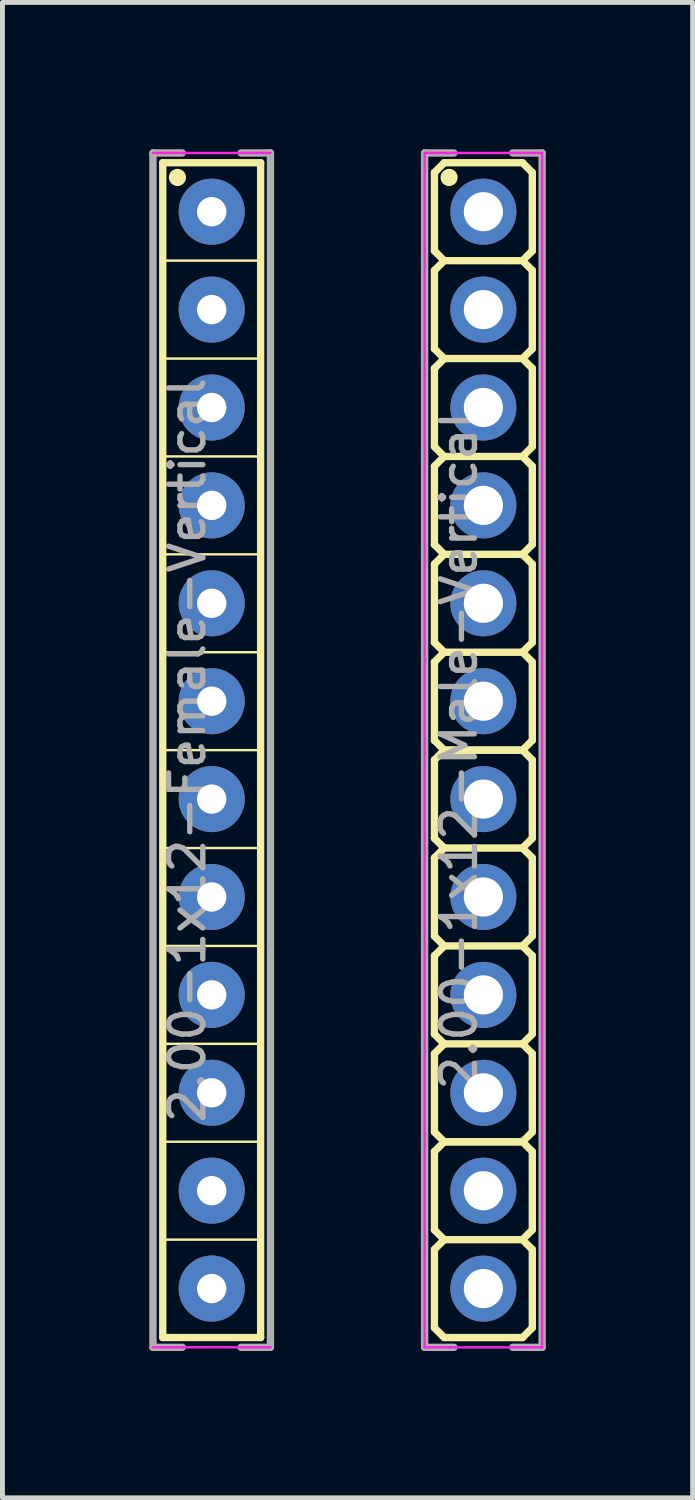
<source format=kicad_pcb>
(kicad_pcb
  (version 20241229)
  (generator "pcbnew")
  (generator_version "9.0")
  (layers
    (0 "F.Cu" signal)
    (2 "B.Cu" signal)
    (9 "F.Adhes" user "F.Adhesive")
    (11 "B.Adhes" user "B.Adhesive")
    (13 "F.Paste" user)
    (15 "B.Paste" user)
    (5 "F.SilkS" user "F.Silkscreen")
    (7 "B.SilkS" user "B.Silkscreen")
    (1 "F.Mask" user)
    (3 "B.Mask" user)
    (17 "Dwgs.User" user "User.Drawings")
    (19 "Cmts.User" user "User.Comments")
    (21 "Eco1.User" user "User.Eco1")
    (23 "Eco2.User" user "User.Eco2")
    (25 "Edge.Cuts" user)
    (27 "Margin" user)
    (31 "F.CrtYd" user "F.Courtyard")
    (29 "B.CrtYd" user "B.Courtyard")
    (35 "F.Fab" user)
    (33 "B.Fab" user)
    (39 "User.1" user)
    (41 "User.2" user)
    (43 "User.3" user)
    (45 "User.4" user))
  (footprint "2.00-1x12-Male-Vertical"
    (layer "F.Cu")
    (at 6.825 12.275)
    (property "Reference" "2.00-1x12-Male-Vertical" (at -0.5 0 90) (layer "F.Fab") (effects (font (size 0.7 0.7) (thickness 0.11))))
    (attr through_hole)
    (fp_line (start -1 -11.8) (end -0.8 -12) (stroke (width 0.15) (type solid)) (layer "F.SilkS"))
    (fp_line (start -1 -10.2) (end -1 -11.8) (stroke (width 0.15) (type solid)) (layer "F.SilkS"))
    (fp_line (start -1 -9.8) (end -0.8 -10) (stroke (width 0.15) (type solid)) (layer "F.SilkS"))
    (fp_line (start -1 -8.2) (end -1 -9.8) (stroke (width 0.15) (type solid)) (layer "F.SilkS"))
    (fp_line (start -1 -7.8) (end -0.8 -8) (stroke (width 0.15) (type solid)) (layer "F.SilkS"))
    (fp_line (start -1 -6.2) (end -1 -7.8) (stroke (width 0.15) (type solid)) (layer "F.SilkS"))
    (fp_line (start -1 -5.8) (end -0.8 -6) (stroke (width 0.15) (type solid)) (layer "F.SilkS"))
    (fp_line (start -1 -4.2) (end -1 -5.8) (stroke (width 0.15) (type solid)) (layer "F.SilkS"))
    (fp_line (start -1 -3.8) (end -0.8 -4) (stroke (width 0.15) (type solid)) (layer "F.SilkS"))
    (fp_line (start -1 -2.2) (end -1 -3.8) (stroke (width 0.15) (type solid)) (layer "F.SilkS"))
    (fp_line (start -1 -1.8) (end -0.8 -2) (stroke (width 0.15) (type solid)) (layer "F.SilkS"))
    (fp_line (start -1 -0.2) (end -1 -1.8) (stroke (width 0.15) (type solid)) (layer "F.SilkS"))
    (fp_line (start -1 0.2) (end -0.8 0) (stroke (width 0.15) (type solid)) (layer "F.SilkS"))
    (fp_line (start -1 1.8) (end -1 0.2) (stroke (width 0.15) (type solid)) (layer "F.SilkS"))
    (fp_line (start -1 2.2) (end -0.8 2) (stroke (width 0.15) (type solid)) (layer "F.SilkS"))
    (fp_line (start -1 3.8) (end -1 2.2) (stroke (width 0.15) (type solid)) (layer "F.SilkS"))
    (fp_line (start -1 4.201) (end -0.8 4.001) (stroke (width 0.15) (type solid)) (layer "F.SilkS"))
    (fp_line (start -1 5.801) (end -1 4.201) (stroke (width 0.15) (type solid)) (layer "F.SilkS"))
    (fp_line (start -1 6.201) (end -0.8 6.001) (stroke (width 0.15) (type solid)) (layer "F.SilkS"))
    (fp_line (start -1 7.801) (end -1 6.201) (stroke (width 0.15) (type solid)) (layer "F.SilkS"))
    (fp_line (start -1 8.201) (end -0.8 8.001) (stroke (width 0.15) (type solid)) (layer "F.SilkS"))
    (fp_line (start -1 9.801) (end -1 8.201) (stroke (width 0.15) (type solid)) (layer "F.SilkS"))
    (fp_line (start -1 10.201) (end -0.8 10.001) (stroke (width 0.15) (type solid)) (layer "F.SilkS"))
    (fp_line (start -1 11.801) (end -1 10.201) (stroke (width 0.15) (type solid)) (layer "F.SilkS"))
    (fp_line (start -0.8 -10) (end -1 -10.2) (stroke (width 0.15) (type solid)) (layer "F.SilkS"))
    (fp_line (start -0.8 -10) (end 0.8 -10) (stroke (width 0.15) (type solid)) (layer "F.SilkS"))
    (fp_line (start -0.8 -8) (end -1 -8.2) (stroke (width 0.15) (type solid)) (layer "F.SilkS"))
    (fp_line (start -0.8 -6) (end -1 -6.2) (stroke (width 0.15) (type solid)) (layer "F.SilkS"))
    (fp_line (start -0.8 -6) (end 0.8 -6) (stroke (width 0.15) (type solid)) (layer "F.SilkS"))
    (fp_line (start -0.8 -4) (end -1 -4.2) (stroke (width 0.15) (type solid)) (layer "F.SilkS"))
    (fp_line (start -0.8 -2) (end -1 -2.2) (stroke (width 0.15) (type solid)) (layer "F.SilkS"))
    (fp_line (start -0.8 -2) (end 0.8 -2) (stroke (width 0.15) (type solid)) (layer "F.SilkS"))
    (fp_line (start -0.8 0) (end -1 -0.2) (stroke (width 0.15) (type solid)) (layer "F.SilkS"))
    (fp_line (start -0.8 2) (end -1 1.8) (stroke (width 0.15) (type solid)) (layer "F.SilkS"))
    (fp_line (start -0.8 2) (end 0.8 2) (stroke (width 0.15) (type solid)) (layer "F.SilkS"))
    (fp_line (start -0.8 4) (end -1 3.8) (stroke (width 0.15) (type solid)) (layer "F.SilkS"))
    (fp_line (start -0.8 6.001) (end -1 5.801) (stroke (width 0.15) (type solid)) (layer "F.SilkS"))
    (fp_line (start -0.8 6.001) (end 0.8 6.001) (stroke (width 0.15) (type solid)) (layer "F.SilkS"))
    (fp_line (start -0.8 8.001) (end -1 7.801) (stroke (width 0.15) (type solid)) (layer "F.SilkS"))
    (fp_line (start -0.8 10.001) (end -1 9.801) (stroke (width 0.15) (type solid)) (layer "F.SilkS"))
    (fp_line (start -0.8 10.001) (end 0.8 10.001) (stroke (width 0.15) (type solid)) (layer "F.SilkS"))
    (fp_line (start -0.8 12.001) (end -1 11.801) (stroke (width 0.15) (type solid)) (layer "F.SilkS"))
    (fp_line (start -0.7 -11.8) (end -0.7 -11.6) (stroke (width 0.15) (type solid)) (layer "F.SilkS"))
    (fp_line (start 0.8 -12) (end -0.8 -12) (stroke (width 0.15) (type solid)) (layer "F.SilkS"))
    (fp_line (start 0.8 -10) (end 1 -10.2) (stroke (width 0.15) (type solid)) (layer "F.SilkS"))
    (fp_line (start 0.8 -10) (end 1 -9.8) (stroke (width 0.15) (type solid)) (layer "F.SilkS"))
    (fp_line (start 0.8 -8) (end -0.8 -8) (stroke (width 0.15) (type solid)) (layer "F.SilkS"))
    (fp_line (start 0.8 -6) (end 1 -6.2) (stroke (width 0.15) (type solid)) (layer "F.SilkS"))
    (fp_line (start 0.8 -6) (end 1 -5.8) (stroke (width 0.15) (type solid)) (layer "F.SilkS"))
    (fp_line (start 0.8 -4) (end -0.8 -4) (stroke (width 0.15) (type solid)) (layer "F.SilkS"))
    (fp_line (start 0.8 -2) (end 1 -2.2) (stroke (width 0.15) (type solid)) (layer "F.SilkS"))
    (fp_line (start 0.8 -2) (end 1 -1.8) (stroke (width 0.15) (type solid)) (layer "F.SilkS"))
    (fp_line (start 0.8 0) (end -0.8 0) (stroke (width 0.15) (type solid)) (layer "F.SilkS"))
    (fp_line (start 0.8 0) (end -0.8 0) (stroke (width 0.15) (type solid)) (layer "F.SilkS"))
    (fp_line (start 0.8 2) (end 1 1.8) (stroke (width 0.15) (type solid)) (layer "F.SilkS"))
    (fp_line (start 0.8 2) (end 1 2.2) (stroke (width 0.15) (type solid)) (layer "F.SilkS"))
    (fp_line (start 0.8 4) (end -0.8 4) (stroke (width 0.15) (type solid)) (layer "F.SilkS"))
    (fp_line (start 0.8 6.001) (end 1 5.801) (stroke (width 0.15) (type solid)) (layer "F.SilkS"))
    (fp_line (start 0.8 6.001) (end 1 6.201) (stroke (width 0.15) (type solid)) (layer "F.SilkS"))
    (fp_line (start 0.8 8.001) (end -0.8 8.001) (stroke (width 0.15) (type solid)) (layer "F.SilkS"))
    (fp_line (start 0.8 8.001) (end -0.8 8.001) (stroke (width 0.15) (type solid)) (layer "F.SilkS"))
    (fp_line (start 0.8 10.001) (end 1 9.801) (stroke (width 0.15) (type solid)) (layer "F.SilkS"))
    (fp_line (start 0.8 10.001) (end 1 10.201) (stroke (width 0.15) (type solid)) (layer "F.SilkS"))
    (fp_line (start 0.8 12.001) (end -0.8 12.001) (stroke (width 0.15) (type solid)) (layer "F.SilkS"))
    (fp_line (start 1 -11.8) (end 0.8 -12) (stroke (width 0.15) (type solid)) (layer "F.SilkS"))
    (fp_line (start 1 -10.2) (end 1 -11.8) (stroke (width 0.15) (type solid)) (layer "F.SilkS"))
    (fp_line (start 1 -9.8) (end 1 -8.2) (stroke (width 0.15) (type solid)) (layer "F.SilkS"))
    (fp_line (start 1 -8.2) (end 0.8 -8) (stroke (width 0.15) (type solid)) (layer "F.SilkS"))
    (fp_line (start 1 -7.8) (end 0.8 -8) (stroke (width 0.15) (type solid)) (layer "F.SilkS"))
    (fp_line (start 1 -6.2) (end 1 -7.8) (stroke (width 0.15) (type solid)) (layer "F.SilkS"))
    (fp_line (start 1 -5.8) (end 1 -4.2) (stroke (width 0.15) (type solid)) (layer "F.SilkS"))
    (fp_line (start 1 -4.2) (end 0.8 -4) (stroke (width 0.15) (type solid)) (layer "F.SilkS"))
    (fp_line (start 1 -3.8) (end 0.8 -4) (stroke (width 0.15) (type solid)) (layer "F.SilkS"))
    (fp_line (start 1 -2.2) (end 1 -3.8) (stroke (width 0.15) (type solid)) (layer "F.SilkS"))
    (fp_line (start 1 -1.8) (end 1 -0.2) (stroke (width 0.15) (type solid)) (layer "F.SilkS"))
    (fp_line (start 1 -0.2) (end 0.8 0) (stroke (width 0.15) (type solid)) (layer "F.SilkS"))
    (fp_line (start 1 0.2) (end 0.8 0) (stroke (width 0.15) (type solid)) (layer "F.SilkS"))
    (fp_line (start 1 1.8) (end 1 0.2) (stroke (width 0.15) (type solid)) (layer "F.SilkS"))
    (fp_line (start 1 2.2) (end 1 3.8) (stroke (width 0.15) (type solid)) (layer "F.SilkS"))
    (fp_line (start 1 3.8) (end 0.8 4) (stroke (width 0.15) (type solid)) (layer "F.SilkS"))
    (fp_line (start 1 4.201) (end 0.8 4.001) (stroke (width 0.15) (type solid)) (layer "F.SilkS"))
    (fp_line (start 1 5.801) (end 1 4.201) (stroke (width 0.15) (type solid)) (layer "F.SilkS"))
    (fp_line (start 1 6.201) (end 1 7.801) (stroke (width 0.15) (type solid)) (layer "F.SilkS"))
    (fp_line (start 1 7.801) (end 0.8 8.001) (stroke (width 0.15) (type solid)) (layer "F.SilkS"))
    (fp_line (start 1 8.201) (end 0.8 8.001) (stroke (width 0.15) (type solid)) (layer "F.SilkS"))
    (fp_line (start 1 9.801) (end 1 8.201) (stroke (width 0.15) (type solid)) (layer "F.SilkS"))
    (fp_line (start 1 10.201) (end 1 11.801) (stroke (width 0.15) (type solid)) (layer "F.SilkS"))
    (fp_line (start 1 11.801) (end 0.8 12.001) (stroke (width 0.15) (type solid)) (layer "F.SilkS"))
    (fp_circle (center -0.7 -11.7) (end -0.6 -11.7) (stroke (width 0.15) (type solid)) (fill no) (layer "F.SilkS"))
    (fp_line (start -1.2 -12.2) (end -1.2 12.2) (stroke (width 0.05) (type solid)) (layer "F.CrtYd"))
    (fp_line (start -1.2 -12.2) (end 1.2 -12.2) (stroke (width 0.05) (type solid)) (layer "F.CrtYd"))
    (fp_line (start 1.2 12.2) (end 1.2 -12.2) (stroke (width 0.05) (type solid)) (layer "F.CrtYd"))
    (fp_line (start 1.2 12.201) (end -1.2 12.201) (stroke (width 0.05) (type solid)) (layer "F.CrtYd"))
    (fp_line (start -1.2 -12.2) (end -1.2 12.2) (stroke (width 0.15) (type solid)) (layer "F.Fab"))
    (fp_line (start -1.2 12.2) (end -0.6 12.2) (stroke (width 0.15) (type solid)) (layer "F.Fab"))
    (fp_line (start -0.6 -12.2) (end -1.2 -12.2) (stroke (width 0.15) (type solid)) (layer "F.Fab"))
    (fp_line (start 0.6 12.2) (end 1.2 12.2) (stroke (width 0.15) (type solid)) (layer "F.Fab"))
    (fp_line (start 1.2 -12.2) (end 0.6 -12.2) (stroke (width 0.15) (type solid)) (layer "F.Fab"))
    (fp_line (start 1.2 12.2) (end 1.2 -12.2) (stroke (width 0.15) (type solid)) (layer "F.Fab"))
    (pad "1" thru_hole circle (at 0 -11) (size 1.35 1.35) (drill 0.8) (layers "*.Cu" "*.Mask"))
    (pad "2" thru_hole oval (at 0 -9) (size 1.35 1.35) (drill 0.8) (layers "*.Cu" "*.Mask"))
    (pad "3" thru_hole circle (at 0 -7) (size 1.35 1.35) (drill 0.8) (layers "*.Cu" "*.Mask"))
    (pad "4" thru_hole oval (at 0 -5) (size 1.35 1.35) (drill 0.8) (layers "*.Cu" "*.Mask"))
    (pad "5" thru_hole circle (at 0 -3) (size 1.35 1.35) (drill 0.8) (layers "*.Cu" "*.Mask"))
    (pad "6" thru_hole oval (at 0 -1) (size 1.35 1.35) (drill 0.8) (layers "*.Cu" "*.Mask"))
    (pad "7" thru_hole circle (at 0 1) (size 1.35 1.35) (drill 0.8) (layers "*.Cu" "*.Mask"))
    (pad "8" thru_hole oval (at 0 3) (size 1.35 1.35) (drill 0.8) (layers "*.Cu" "*.Mask"))
    (pad "9" thru_hole circle (at 0 5.001) (size 1.35 1.35) (drill 0.8) (layers "*.Cu" "*.Mask"))
    (pad "10" thru_hole oval (at 0 7.001) (size 1.35 1.35) (drill 0.8) (layers "*.Cu" "*.Mask"))
    (pad "11" thru_hole circle (at 0 9.001) (size 1.35 1.35) (drill 0.8) (layers "*.Cu" "*.Mask"))
    (pad "12" thru_hole oval (at 0 11.001) (size 1.35 1.35) (drill 0.8) (layers "*.Cu" "*.Mask")))
  (footprint "2.00-1x12-Female-Vertical"
    (layer "F.Cu")
    (at 1.275 12.275)
    (property "Reference" "2.00-1x12-Female-Vertical" (at -0.5 0 90) (layer "F.Fab") (effects (font (size 0.7 0.7) (thickness 0.11))))
    (attr through_hole)
    (fp_line (start -1 -12) (end -1 12) (stroke (width 0.15) (type solid)) (layer "F.SilkS"))
    (fp_line (start -1 -10) (end 1 -10) (stroke (width 0.05) (type solid)) (layer "F.SilkS"))
    (fp_line (start -1 -8) (end 1 -8) (stroke (width 0.05) (type solid)) (layer "F.SilkS"))
    (fp_line (start -1 -6) (end 1 -6) (stroke (width 0.05) (type solid)) (layer "F.SilkS"))
    (fp_line (start -1 -4) (end 1 -4) (stroke (width 0.05) (type solid)) (layer "F.SilkS"))
    (fp_line (start -1 -2) (end 1 -2) (stroke (width 0.05) (type solid)) (layer "F.SilkS"))
    (fp_line (start -1 0) (end 1 0) (stroke (width 0.05) (type solid)) (layer "F.SilkS"))
    (fp_line (start -1 2) (end 1 2) (stroke (width 0.05) (type solid)) (layer "F.SilkS"))
    (fp_line (start -1 6) (end 1 6) (stroke (width 0.05) (type solid)) (layer "F.SilkS"))
    (fp_line (start -1 8) (end 1 8) (stroke (width 0.05) (type solid)) (layer "F.SilkS"))
    (fp_line (start -1 10) (end 1 10) (stroke (width 0.05) (type solid)) (layer "F.SilkS"))
    (fp_line (start -1 12) (end 1 12) (stroke (width 0.15) (type solid)) (layer "F.SilkS"))
    (fp_line (start -0.95 4) (end 1.05 4) (stroke (width 0.05) (type solid)) (layer "F.SilkS"))
    (fp_line (start -0.7 -11.8) (end -0.7 -11.6) (stroke (width 0.15) (type solid)) (layer "F.SilkS"))
    (fp_line (start 1 -12) (end -1 -12) (stroke (width 0.15) (type solid)) (layer "F.SilkS"))
    (fp_line (start 1 -8) (end 1 -8.2) (stroke (width 0.05) (type solid)) (layer "F.SilkS"))
    (fp_line (start 1 12) (end 1 -12) (stroke (width 0.15) (type solid)) (layer "F.SilkS"))
    (fp_circle (center -0.7 -11.7) (end -0.6 -11.7) (stroke (width 0.15) (type solid)) (fill no) (layer "F.SilkS"))
    (fp_line (start -1.2 -12.2) (end 1.2 -12.2) (stroke (width 0.05) (type solid)) (layer "F.CrtYd"))
    (fp_line (start 1.2 12.2) (end -1.2 12.2) (stroke (width 0.05) (type solid)) (layer "F.CrtYd"))
    (fp_line (start -1.2 -12.2) (end -1.2 12.2) (stroke (width 0.15) (type solid)) (layer "F.Fab"))
    (fp_line (start -1.2 12.2) (end -0.6 12.2) (stroke (width 0.15) (type solid)) (layer "F.Fab"))
    (fp_line (start -0.6 -12.2) (end -1.2 -12.2) (stroke (width 0.15) (type solid)) (layer "F.Fab"))
    (fp_line (start 0.6 12.2) (end 1.2 12.2) (stroke (width 0.15) (type solid)) (layer "F.Fab"))
    (fp_line (start 1.2 -12.2) (end 0.6 -12.2) (stroke (width 0.15) (type solid)) (layer "F.Fab"))
    (fp_line (start 1.2 12.2) (end 1.2 -12.2) (stroke (width 0.15) (type solid)) (layer "F.Fab"))
    (pad "1" thru_hole circle (at 0 -11) (size 1.35 1.35) (drill 0.6) (layers "*.Cu" "*.Mask"))
    (pad "2" thru_hole oval (at 0 -9) (size 1.35 1.35) (drill 0.6) (layers "*.Cu" "*.Mask"))
    (pad "3" thru_hole oval (at 0 -7) (size 1.35 1.35) (drill 0.6) (layers "*.Cu" "*.Mask"))
    (pad "4" thru_hole oval (at 0 -5) (size 1.35 1.35) (drill 0.6) (layers "*.Cu" "*.Mask"))
    (pad "5" thru_hole oval (at 0 -3) (size 1.35 1.35) (drill 0.6) (layers "*.Cu" "*.Mask"))
    (pad "6" thru_hole oval (at 0 -1) (size 1.35 1.35) (drill 0.6) (layers "*.Cu" "*.Mask"))
    (pad "7" thru_hole oval (at 0 1) (size 1.35 1.35) (drill 0.6) (layers "*.Cu" "*.Mask"))
    (pad "8" thru_hole oval (at 0 3) (size 1.35 1.35) (drill 0.6) (layers "*.Cu" "*.Mask"))
    (pad "9" thru_hole oval (at 0 5) (size 1.35 1.35) (drill 0.6) (layers "*.Cu" "*.Mask"))
    (pad "10" thru_hole oval (at 0 7) (size 1.35 1.35) (drill 0.6) (layers "*.Cu" "*.Mask"))
    (pad "11" thru_hole oval (at 0 9) (size 1.35 1.35) (drill 0.6) (layers "*.Cu" "*.Mask"))
    (pad "12" thru_hole oval (at 0 11) (size 1.35 1.35) (drill 0.6) (layers "*.Cu" "*.Mask")))
  (gr_rect
    (start -3 -3)
    (end 11.1 27.55)
    (stroke (width 0.1) (type default))
    (fill no)
    (layer "Edge.Cuts")))
</source>
